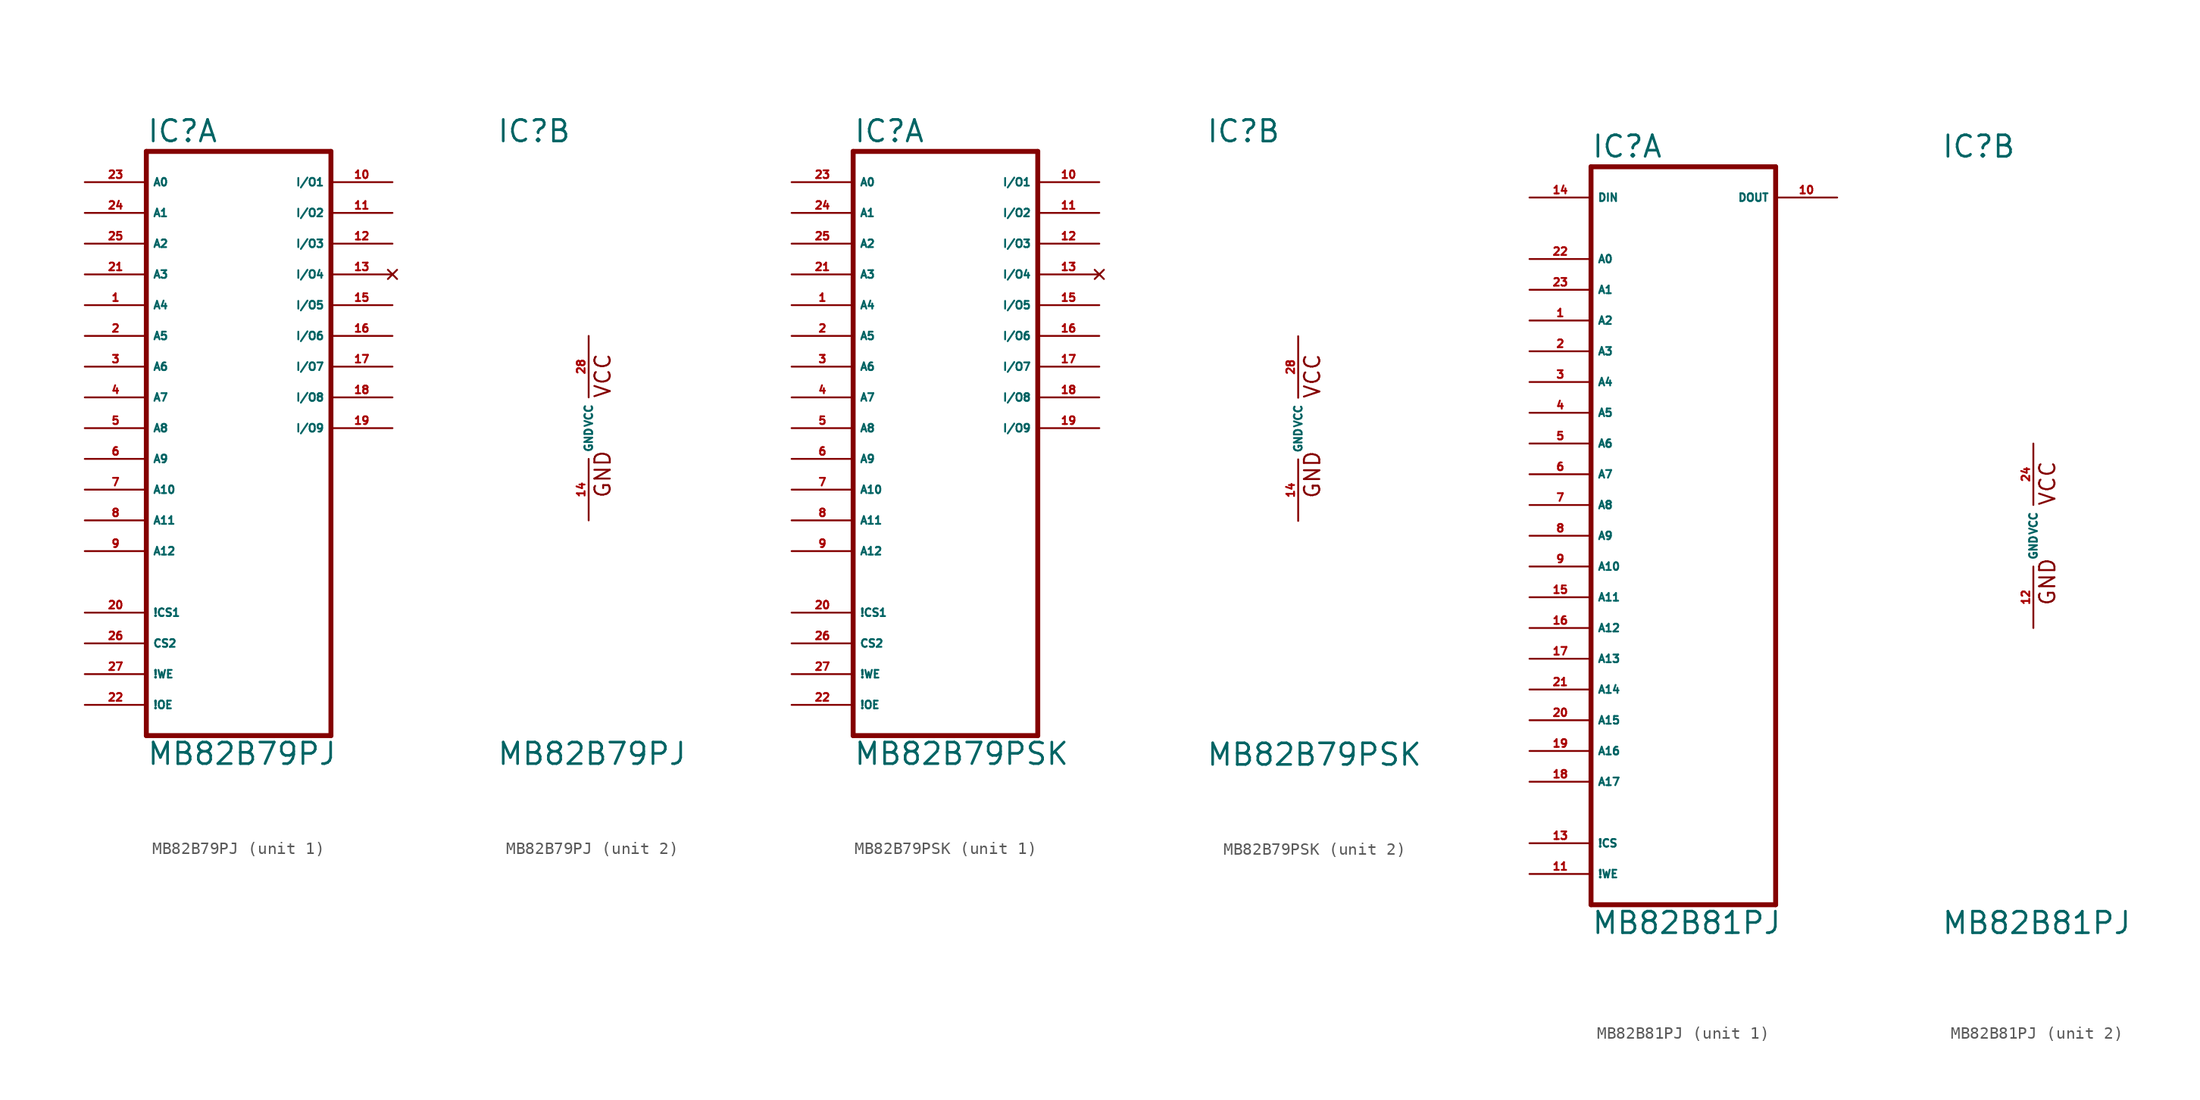
<source format=kicad_sym>
(kicad_symbol_lib
  (version 20220914)
  (generator Eagle2Kicad)
  (symbol "MB82B79PJ"
    (property "Reference" "IC"
      (at -7.62 23.495 0)
      (effects (font (size 1.778 1.778) (thickness 0.22)) (justify left bottom)))
    (property "Value" "MB82B79PJ"
      (at -7.62 -27.94 0)
      (effects (font (size 1.778 1.778) (thickness 0.22)) (justify left bottom)))
    (symbol "MB82B79PJ_1_0"
      (polyline (pts (xy -7.62 -25.4) (xy -7.62 22.86)) (stroke (width 0.406) (type default)) (fill (type none)))
      (polyline (pts (xy -7.62 22.86) (xy 7.62 22.86)) (stroke (width 0.406) (type default)) (fill (type none)))
      (polyline (pts (xy 7.62 22.86) (xy 7.62 -25.4)) (stroke (width 0.406) (type default)) (fill (type none)))
      (polyline (pts (xy 7.62 -25.4) (xy -7.62 -25.4)) (stroke (width 0.406) (type default)) (fill (type none)))
      (pin input line (at -12.7 20.32 0) (length 5.08) (name "A0" (effects (font (size 0.635 0.635) (thickness 0.08)) (justify left bottom))) (number "23" (effects (font (size 0.635 0.635) (thickness 0.08)) (justify left bottom))))
      (pin input line (at -12.7 17.78 0) (length 5.08) (name "A1" (effects (font (size 0.635 0.635) (thickness 0.08)) (justify left bottom))) (number "24" (effects (font (size 0.635 0.635) (thickness 0.08)) (justify left bottom))))
      (pin input line (at -12.7 15.24 0) (length 5.08) (name "A2" (effects (font (size 0.635 0.635) (thickness 0.08)) (justify left bottom))) (number "25" (effects (font (size 0.635 0.635) (thickness 0.08)) (justify left bottom))))
      (pin input line (at -12.7 12.7 0) (length 5.08) (name "A3" (effects (font (size 0.635 0.635) (thickness 0.08)) (justify left bottom))) (number "21" (effects (font (size 0.635 0.635) (thickness 0.08)) (justify left bottom))))
      (pin input line (at -12.7 10.16 0) (length 5.08) (name "A4" (effects (font (size 0.635 0.635) (thickness 0.08)) (justify left bottom))) (number "1" (effects (font (size 0.635 0.635) (thickness 0.08)) (justify left bottom))))
      (pin input line (at -12.7 5.08 0) (length 5.08) (name "A6" (effects (font (size 0.635 0.635) (thickness 0.08)) (justify left bottom))) (number "3" (effects (font (size 0.635 0.635) (thickness 0.08)) (justify left bottom))))
      (pin input line (at -12.7 7.62 0) (length 5.08) (name "A5" (effects (font (size 0.635 0.635) (thickness 0.08)) (justify left bottom))) (number "2" (effects (font (size 0.635 0.635) (thickness 0.08)) (justify left bottom))))
      (pin input line (at -12.7 2.54 0) (length 5.08) (name "A7" (effects (font (size 0.635 0.635) (thickness 0.08)) (justify left bottom))) (number "4" (effects (font (size 0.635 0.635) (thickness 0.08)) (justify left bottom))))
      (pin input line (at -12.7 0 0) (length 5.08) (name "A8" (effects (font (size 0.635 0.635) (thickness 0.08)) (justify left bottom))) (number "5" (effects (font (size 0.635 0.635) (thickness 0.08)) (justify left bottom))))
      (pin input line (at -12.7 -2.54 0) (length 5.08) (name "A9" (effects (font (size 0.635 0.635) (thickness 0.08)) (justify left bottom))) (number "6" (effects (font (size 0.635 0.635) (thickness 0.08)) (justify left bottom))))
      (pin input line (at -12.7 -5.08 0) (length 5.08) (name "A10" (effects (font (size 0.635 0.635) (thickness 0.08)) (justify left bottom))) (number "7" (effects (font (size 0.635 0.635) (thickness 0.08)) (justify left bottom))))
      (pin input line (at -12.7 -7.62 0) (length 5.08) (name "A11" (effects (font (size 0.635 0.635) (thickness 0.08)) (justify left bottom))) (number "8" (effects (font (size 0.635 0.635) (thickness 0.08)) (justify left bottom))))
      (pin bidirectional line (at 12.7 20.32 180) (length 5.08) (name "I/O1" (effects (font (size 0.635 0.635) (thickness 0.08)) (justify left bottom))) (number "10" (effects (font (size 0.635 0.635) (thickness 0.08)) (justify left bottom))))
      (pin bidirectional line (at 12.7 17.78 180) (length 5.08) (name "I/O2" (effects (font (size 0.635 0.635) (thickness 0.08)) (justify left bottom))) (number "11" (effects (font (size 0.635 0.635) (thickness 0.08)) (justify left bottom))))
      (pin bidirectional line (at 12.7 15.24 180) (length 5.08) (name "I/O3" (effects (font (size 0.635 0.635) (thickness 0.08)) (justify left bottom))) (number "12" (effects (font (size 0.635 0.635) (thickness 0.08)) (justify left bottom))))
      (pin no_connect line (at 12.7 12.7 180) (length 5.08) (name "I/O4" (effects (font (size 0.635 0.635) (thickness 0.08)) (justify left bottom) hide)) (number "13" (effects (font (size 0.635 0.635) (thickness 0.08)) (justify left bottom) hide)))
      (pin input line (at -12.7 -17.78 0) (length 5.08) (name "CS2" (effects (font (size 0.635 0.635) (thickness 0.08)) (justify left bottom))) (number "26" (effects (font (size 0.635 0.635) (thickness 0.08)) (justify left bottom))))
      (pin input line (at -12.7 -20.32 0) (length 5.08) (name "!WE" (effects (font (size 0.635 0.635) (thickness 0.08)) (justify left bottom))) (number "27" (effects (font (size 0.635 0.635) (thickness 0.08)) (justify left bottom))))
      (pin input line (at -12.7 -10.16 0) (length 5.08) (name "A12" (effects (font (size 0.635 0.635) (thickness 0.08)) (justify left bottom))) (number "9" (effects (font (size 0.635 0.635) (thickness 0.08)) (justify left bottom))))
      (pin input line (at -12.7 -22.86 0) (length 5.08) (name "!OE" (effects (font (size 0.635 0.635) (thickness 0.08)) (justify left bottom))) (number "22" (effects (font (size 0.635 0.635) (thickness 0.08)) (justify left bottom))))
      (pin bidirectional line (at 12.7 10.16 180) (length 5.08) (name "I/O5" (effects (font (size 0.635 0.635) (thickness 0.08)) (justify left bottom))) (number "15" (effects (font (size 0.635 0.635) (thickness 0.08)) (justify left bottom))))
      (pin bidirectional line (at 12.7 7.62 180) (length 5.08) (name "I/O6" (effects (font (size 0.635 0.635) (thickness 0.08)) (justify left bottom))) (number "16" (effects (font (size 0.635 0.635) (thickness 0.08)) (justify left bottom))))
      (pin bidirectional line (at 12.7 5.08 180) (length 5.08) (name "I/O7" (effects (font (size 0.635 0.635) (thickness 0.08)) (justify left bottom))) (number "17" (effects (font (size 0.635 0.635) (thickness 0.08)) (justify left bottom))))
      (pin bidirectional line (at 12.7 2.54 180) (length 5.08) (name "I/O8" (effects (font (size 0.635 0.635) (thickness 0.08)) (justify left bottom))) (number "18" (effects (font (size 0.635 0.635) (thickness 0.08)) (justify left bottom))))
      (pin bidirectional line (at 12.7 0 180) (length 5.08) (name "I/O9" (effects (font (size 0.635 0.635) (thickness 0.08)) (justify left bottom))) (number "19" (effects (font (size 0.635 0.635) (thickness 0.08)) (justify left bottom))))
      (pin input line (at -12.7 -15.24 0) (length 5.08) (name "!CS1" (effects (font (size 0.635 0.635) (thickness 0.08)) (justify left bottom))) (number "20" (effects (font (size 0.635 0.635) (thickness 0.08)) (justify left bottom)))))
    (symbol "MB82B79PJ_2_0"
      (text "VCC" (at 1.905 2.413 900) (effects (font (size 1.27 1.27) (thickness 0.16)) (justify left bottom)))
      (text "GND" (at 1.905 -5.842 900) (effects (font (size 1.27 1.27) (thickness 0.16)) (justify left bottom)))
      (pin unspecified line (at 0 -7.62 90) (length 5.08) (name "GND" (effects (font (size 0.635 0.635) (thickness 0.08)) (justify left bottom))) (number "14" (effects (font (size 0.635 0.635) (thickness 0.08)) (justify left bottom))))
      (pin unspecified line (at 0 7.62 270) (length 5.08) (name "VCC" (effects (font (size 0.635 0.635) (thickness 0.08)) (justify left bottom))) (number "28" (effects (font (size 0.635 0.635) (thickness 0.08)) (justify left bottom))))))
  (symbol "MB82B79PSK"
    (property "Reference" "IC"
      (at -7.62 23.495 0)
      (effects (font (size 1.778 1.778) (thickness 0.22)) (justify left bottom)))
    (property "Value" "MB82B79PSK"
      (at -7.62 -27.94 0)
      (effects (font (size 1.778 1.778) (thickness 0.22)) (justify left bottom)))
    (symbol "MB82B79PSK_1_0"
      (polyline (pts (xy -7.62 -25.4) (xy -7.62 22.86)) (stroke (width 0.406) (type default)) (fill (type none)))
      (polyline (pts (xy -7.62 22.86) (xy 7.62 22.86)) (stroke (width 0.406) (type default)) (fill (type none)))
      (polyline (pts (xy 7.62 22.86) (xy 7.62 -25.4)) (stroke (width 0.406) (type default)) (fill (type none)))
      (polyline (pts (xy 7.62 -25.4) (xy -7.62 -25.4)) (stroke (width 0.406) (type default)) (fill (type none)))
      (pin input line (at -12.7 20.32 0) (length 5.08) (name "A0" (effects (font (size 0.635 0.635) (thickness 0.08)) (justify left bottom))) (number "23" (effects (font (size 0.635 0.635) (thickness 0.08)) (justify left bottom))))
      (pin input line (at -12.7 17.78 0) (length 5.08) (name "A1" (effects (font (size 0.635 0.635) (thickness 0.08)) (justify left bottom))) (number "24" (effects (font (size 0.635 0.635) (thickness 0.08)) (justify left bottom))))
      (pin input line (at -12.7 15.24 0) (length 5.08) (name "A2" (effects (font (size 0.635 0.635) (thickness 0.08)) (justify left bottom))) (number "25" (effects (font (size 0.635 0.635) (thickness 0.08)) (justify left bottom))))
      (pin input line (at -12.7 12.7 0) (length 5.08) (name "A3" (effects (font (size 0.635 0.635) (thickness 0.08)) (justify left bottom))) (number "21" (effects (font (size 0.635 0.635) (thickness 0.08)) (justify left bottom))))
      (pin input line (at -12.7 10.16 0) (length 5.08) (name "A4" (effects (font (size 0.635 0.635) (thickness 0.08)) (justify left bottom))) (number "1" (effects (font (size 0.635 0.635) (thickness 0.08)) (justify left bottom))))
      (pin input line (at -12.7 5.08 0) (length 5.08) (name "A6" (effects (font (size 0.635 0.635) (thickness 0.08)) (justify left bottom))) (number "3" (effects (font (size 0.635 0.635) (thickness 0.08)) (justify left bottom))))
      (pin input line (at -12.7 7.62 0) (length 5.08) (name "A5" (effects (font (size 0.635 0.635) (thickness 0.08)) (justify left bottom))) (number "2" (effects (font (size 0.635 0.635) (thickness 0.08)) (justify left bottom))))
      (pin input line (at -12.7 2.54 0) (length 5.08) (name "A7" (effects (font (size 0.635 0.635) (thickness 0.08)) (justify left bottom))) (number "4" (effects (font (size 0.635 0.635) (thickness 0.08)) (justify left bottom))))
      (pin input line (at -12.7 0 0) (length 5.08) (name "A8" (effects (font (size 0.635 0.635) (thickness 0.08)) (justify left bottom))) (number "5" (effects (font (size 0.635 0.635) (thickness 0.08)) (justify left bottom))))
      (pin input line (at -12.7 -2.54 0) (length 5.08) (name "A9" (effects (font (size 0.635 0.635) (thickness 0.08)) (justify left bottom))) (number "6" (effects (font (size 0.635 0.635) (thickness 0.08)) (justify left bottom))))
      (pin input line (at -12.7 -5.08 0) (length 5.08) (name "A10" (effects (font (size 0.635 0.635) (thickness 0.08)) (justify left bottom))) (number "7" (effects (font (size 0.635 0.635) (thickness 0.08)) (justify left bottom))))
      (pin input line (at -12.7 -7.62 0) (length 5.08) (name "A11" (effects (font (size 0.635 0.635) (thickness 0.08)) (justify left bottom))) (number "8" (effects (font (size 0.635 0.635) (thickness 0.08)) (justify left bottom))))
      (pin bidirectional line (at 12.7 20.32 180) (length 5.08) (name "I/O1" (effects (font (size 0.635 0.635) (thickness 0.08)) (justify left bottom))) (number "10" (effects (font (size 0.635 0.635) (thickness 0.08)) (justify left bottom))))
      (pin bidirectional line (at 12.7 17.78 180) (length 5.08) (name "I/O2" (effects (font (size 0.635 0.635) (thickness 0.08)) (justify left bottom))) (number "11" (effects (font (size 0.635 0.635) (thickness 0.08)) (justify left bottom))))
      (pin bidirectional line (at 12.7 15.24 180) (length 5.08) (name "I/O3" (effects (font (size 0.635 0.635) (thickness 0.08)) (justify left bottom))) (number "12" (effects (font (size 0.635 0.635) (thickness 0.08)) (justify left bottom))))
      (pin no_connect line (at 12.7 12.7 180) (length 5.08) (name "I/O4" (effects (font (size 0.635 0.635) (thickness 0.08)) (justify left bottom) hide)) (number "13" (effects (font (size 0.635 0.635) (thickness 0.08)) (justify left bottom) hide)))
      (pin input line (at -12.7 -17.78 0) (length 5.08) (name "CS2" (effects (font (size 0.635 0.635) (thickness 0.08)) (justify left bottom))) (number "26" (effects (font (size 0.635 0.635) (thickness 0.08)) (justify left bottom))))
      (pin input line (at -12.7 -20.32 0) (length 5.08) (name "!WE" (effects (font (size 0.635 0.635) (thickness 0.08)) (justify left bottom))) (number "27" (effects (font (size 0.635 0.635) (thickness 0.08)) (justify left bottom))))
      (pin input line (at -12.7 -10.16 0) (length 5.08) (name "A12" (effects (font (size 0.635 0.635) (thickness 0.08)) (justify left bottom))) (number "9" (effects (font (size 0.635 0.635) (thickness 0.08)) (justify left bottom))))
      (pin input line (at -12.7 -22.86 0) (length 5.08) (name "!OE" (effects (font (size 0.635 0.635) (thickness 0.08)) (justify left bottom))) (number "22" (effects (font (size 0.635 0.635) (thickness 0.08)) (justify left bottom))))
      (pin bidirectional line (at 12.7 10.16 180) (length 5.08) (name "I/O5" (effects (font (size 0.635 0.635) (thickness 0.08)) (justify left bottom))) (number "15" (effects (font (size 0.635 0.635) (thickness 0.08)) (justify left bottom))))
      (pin bidirectional line (at 12.7 7.62 180) (length 5.08) (name "I/O6" (effects (font (size 0.635 0.635) (thickness 0.08)) (justify left bottom))) (number "16" (effects (font (size 0.635 0.635) (thickness 0.08)) (justify left bottom))))
      (pin bidirectional line (at 12.7 5.08 180) (length 5.08) (name "I/O7" (effects (font (size 0.635 0.635) (thickness 0.08)) (justify left bottom))) (number "17" (effects (font (size 0.635 0.635) (thickness 0.08)) (justify left bottom))))
      (pin bidirectional line (at 12.7 2.54 180) (length 5.08) (name "I/O8" (effects (font (size 0.635 0.635) (thickness 0.08)) (justify left bottom))) (number "18" (effects (font (size 0.635 0.635) (thickness 0.08)) (justify left bottom))))
      (pin bidirectional line (at 12.7 0 180) (length 5.08) (name "I/O9" (effects (font (size 0.635 0.635) (thickness 0.08)) (justify left bottom))) (number "19" (effects (font (size 0.635 0.635) (thickness 0.08)) (justify left bottom))))
      (pin input line (at -12.7 -15.24 0) (length 5.08) (name "!CS1" (effects (font (size 0.635 0.635) (thickness 0.08)) (justify left bottom))) (number "20" (effects (font (size 0.635 0.635) (thickness 0.08)) (justify left bottom)))))
    (symbol "MB82B79PSK_2_0"
      (text "VCC" (at 1.905 2.413 900) (effects (font (size 1.27 1.27) (thickness 0.16)) (justify left bottom)))
      (text "GND" (at 1.905 -5.842 900) (effects (font (size 1.27 1.27) (thickness 0.16)) (justify left bottom)))
      (pin unspecified line (at 0 -7.62 90) (length 5.08) (name "GND" (effects (font (size 0.635 0.635) (thickness 0.08)) (justify left bottom))) (number "14" (effects (font (size 0.635 0.635) (thickness 0.08)) (justify left bottom))))
      (pin unspecified line (at 0 7.62 270) (length 5.08) (name "VCC" (effects (font (size 0.635 0.635) (thickness 0.08)) (justify left bottom))) (number "28" (effects (font (size 0.635 0.635) (thickness 0.08)) (justify left bottom))))))
  (symbol "MB82B81PJ"
    (property "Reference" "IC"
      (at -7.62 31.115 0)
      (effects (font (size 1.778 1.778) (thickness 0.22)) (justify left bottom)))
    (property "Value" "MB82B81PJ"
      (at -7.62 -33.02 0)
      (effects (font (size 1.778 1.778) (thickness 0.22)) (justify left bottom)))
    (symbol "MB82B81PJ_1_0"
      (polyline (pts (xy -7.62 -30.48) (xy 7.62 -30.48)) (stroke (width 0.406) (type default)) (fill (type none)))
      (polyline (pts (xy 7.62 -30.48) (xy 7.62 30.48)) (stroke (width 0.406) (type default)) (fill (type none)))
      (polyline (pts (xy 7.62 30.48) (xy -7.62 30.48)) (stroke (width 0.406) (type default)) (fill (type none)))
      (polyline (pts (xy -7.62 30.48) (xy -7.62 -30.48)) (stroke (width 0.406) (type default)) (fill (type none)))
      (pin input line (at -12.7 22.86 0) (length 5.08) (name "A0" (effects (font (size 0.635 0.635) (thickness 0.08)) (justify left bottom))) (number "22" (effects (font (size 0.635 0.635) (thickness 0.08)) (justify left bottom))))
      (pin input line (at -12.7 20.32 0) (length 5.08) (name "A1" (effects (font (size 0.635 0.635) (thickness 0.08)) (justify left bottom))) (number "23" (effects (font (size 0.635 0.635) (thickness 0.08)) (justify left bottom))))
      (pin input line (at -12.7 17.78 0) (length 5.08) (name "A2" (effects (font (size 0.635 0.635) (thickness 0.08)) (justify left bottom))) (number "1" (effects (font (size 0.635 0.635) (thickness 0.08)) (justify left bottom))))
      (pin input line (at -12.7 15.24 0) (length 5.08) (name "A3" (effects (font (size 0.635 0.635) (thickness 0.08)) (justify left bottom))) (number "2" (effects (font (size 0.635 0.635) (thickness 0.08)) (justify left bottom))))
      (pin input line (at -12.7 12.7 0) (length 5.08) (name "A4" (effects (font (size 0.635 0.635) (thickness 0.08)) (justify left bottom))) (number "3" (effects (font (size 0.635 0.635) (thickness 0.08)) (justify left bottom))))
      (pin input line (at -12.7 10.16 0) (length 5.08) (name "A5" (effects (font (size 0.635 0.635) (thickness 0.08)) (justify left bottom))) (number "4" (effects (font (size 0.635 0.635) (thickness 0.08)) (justify left bottom))))
      (pin input line (at -12.7 7.62 0) (length 5.08) (name "A6" (effects (font (size 0.635 0.635) (thickness 0.08)) (justify left bottom))) (number "5" (effects (font (size 0.635 0.635) (thickness 0.08)) (justify left bottom))))
      (pin input line (at -12.7 5.08 0) (length 5.08) (name "A7" (effects (font (size 0.635 0.635) (thickness 0.08)) (justify left bottom))) (number "6" (effects (font (size 0.635 0.635) (thickness 0.08)) (justify left bottom))))
      (pin input line (at -12.7 2.54 0) (length 5.08) (name "A8" (effects (font (size 0.635 0.635) (thickness 0.08)) (justify left bottom))) (number "7" (effects (font (size 0.635 0.635) (thickness 0.08)) (justify left bottom))))
      (pin input line (at -12.7 0 0) (length 5.08) (name "A9" (effects (font (size 0.635 0.635) (thickness 0.08)) (justify left bottom))) (number "8" (effects (font (size 0.635 0.635) (thickness 0.08)) (justify left bottom))))
      (pin input line (at -12.7 -2.54 0) (length 5.08) (name "A10" (effects (font (size 0.635 0.635) (thickness 0.08)) (justify left bottom))) (number "9" (effects (font (size 0.635 0.635) (thickness 0.08)) (justify left bottom))))
      (pin input line (at -12.7 -5.08 0) (length 5.08) (name "A11" (effects (font (size 0.635 0.635) (thickness 0.08)) (justify left bottom))) (number "15" (effects (font (size 0.635 0.635) (thickness 0.08)) (justify left bottom))))
      (pin input line (at -12.7 -7.62 0) (length 5.08) (name "A12" (effects (font (size 0.635 0.635) (thickness 0.08)) (justify left bottom))) (number "16" (effects (font (size 0.635 0.635) (thickness 0.08)) (justify left bottom))))
      (pin input line (at -12.7 -10.16 0) (length 5.08) (name "A13" (effects (font (size 0.635 0.635) (thickness 0.08)) (justify left bottom))) (number "17" (effects (font (size 0.635 0.635) (thickness 0.08)) (justify left bottom))))
      (pin input line (at -12.7 -25.4 0) (length 5.08) (name "!CS" (effects (font (size 0.635 0.635) (thickness 0.08)) (justify left bottom))) (number "13" (effects (font (size 0.635 0.635) (thickness 0.08)) (justify left bottom))))
      (pin input line (at -12.7 -27.94 0) (length 5.08) (name "!WE" (effects (font (size 0.635 0.635) (thickness 0.08)) (justify left bottom))) (number "11" (effects (font (size 0.635 0.635) (thickness 0.08)) (justify left bottom))))
      (pin output line (at 12.7 27.94 180) (length 5.08) (name "DOUT" (effects (font (size 0.635 0.635) (thickness 0.08)) (justify left bottom))) (number "10" (effects (font (size 0.635 0.635) (thickness 0.08)) (justify left bottom))))
      (pin input line (at -12.7 27.94 0) (length 5.08) (name "DIN" (effects (font (size 0.635 0.635) (thickness 0.08)) (justify left bottom))) (number "14" (effects (font (size 0.635 0.635) (thickness 0.08)) (justify left bottom))))
      (pin input line (at -12.7 -12.7 0) (length 5.08) (name "A14" (effects (font (size 0.635 0.635) (thickness 0.08)) (justify left bottom))) (number "21" (effects (font (size 0.635 0.635) (thickness 0.08)) (justify left bottom))))
      (pin input line (at -12.7 -15.24 0) (length 5.08) (name "A15" (effects (font (size 0.635 0.635) (thickness 0.08)) (justify left bottom))) (number "20" (effects (font (size 0.635 0.635) (thickness 0.08)) (justify left bottom))))
      (pin input line (at -12.7 -17.78 0) (length 5.08) (name "A16" (effects (font (size 0.635 0.635) (thickness 0.08)) (justify left bottom))) (number "19" (effects (font (size 0.635 0.635) (thickness 0.08)) (justify left bottom))))
      (pin input line (at -12.7 -20.32 0) (length 5.08) (name "A17" (effects (font (size 0.635 0.635) (thickness 0.08)) (justify left bottom))) (number "18" (effects (font (size 0.635 0.635) (thickness 0.08)) (justify left bottom)))))
    (symbol "MB82B81PJ_2_0"
      (text "VCC" (at 1.905 2.413 900) (effects (font (size 1.27 1.27) (thickness 0.16)) (justify left bottom)))
      (text "GND" (at 1.905 -5.842 900) (effects (font (size 1.27 1.27) (thickness 0.16)) (justify left bottom)))
      (pin unspecified line (at 0 -7.62 90) (length 5.08) (name "GND" (effects (font (size 0.635 0.635) (thickness 0.08)) (justify left bottom))) (number "12" (effects (font (size 0.635 0.635) (thickness 0.08)) (justify left bottom))))
      (pin unspecified line (at 0 7.62 270) (length 5.08) (name "VCC" (effects (font (size 0.635 0.635) (thickness 0.08)) (justify left bottom))) (number "24" (effects (font (size 0.635 0.635) (thickness 0.08)) (justify left bottom)))))))
</source>
